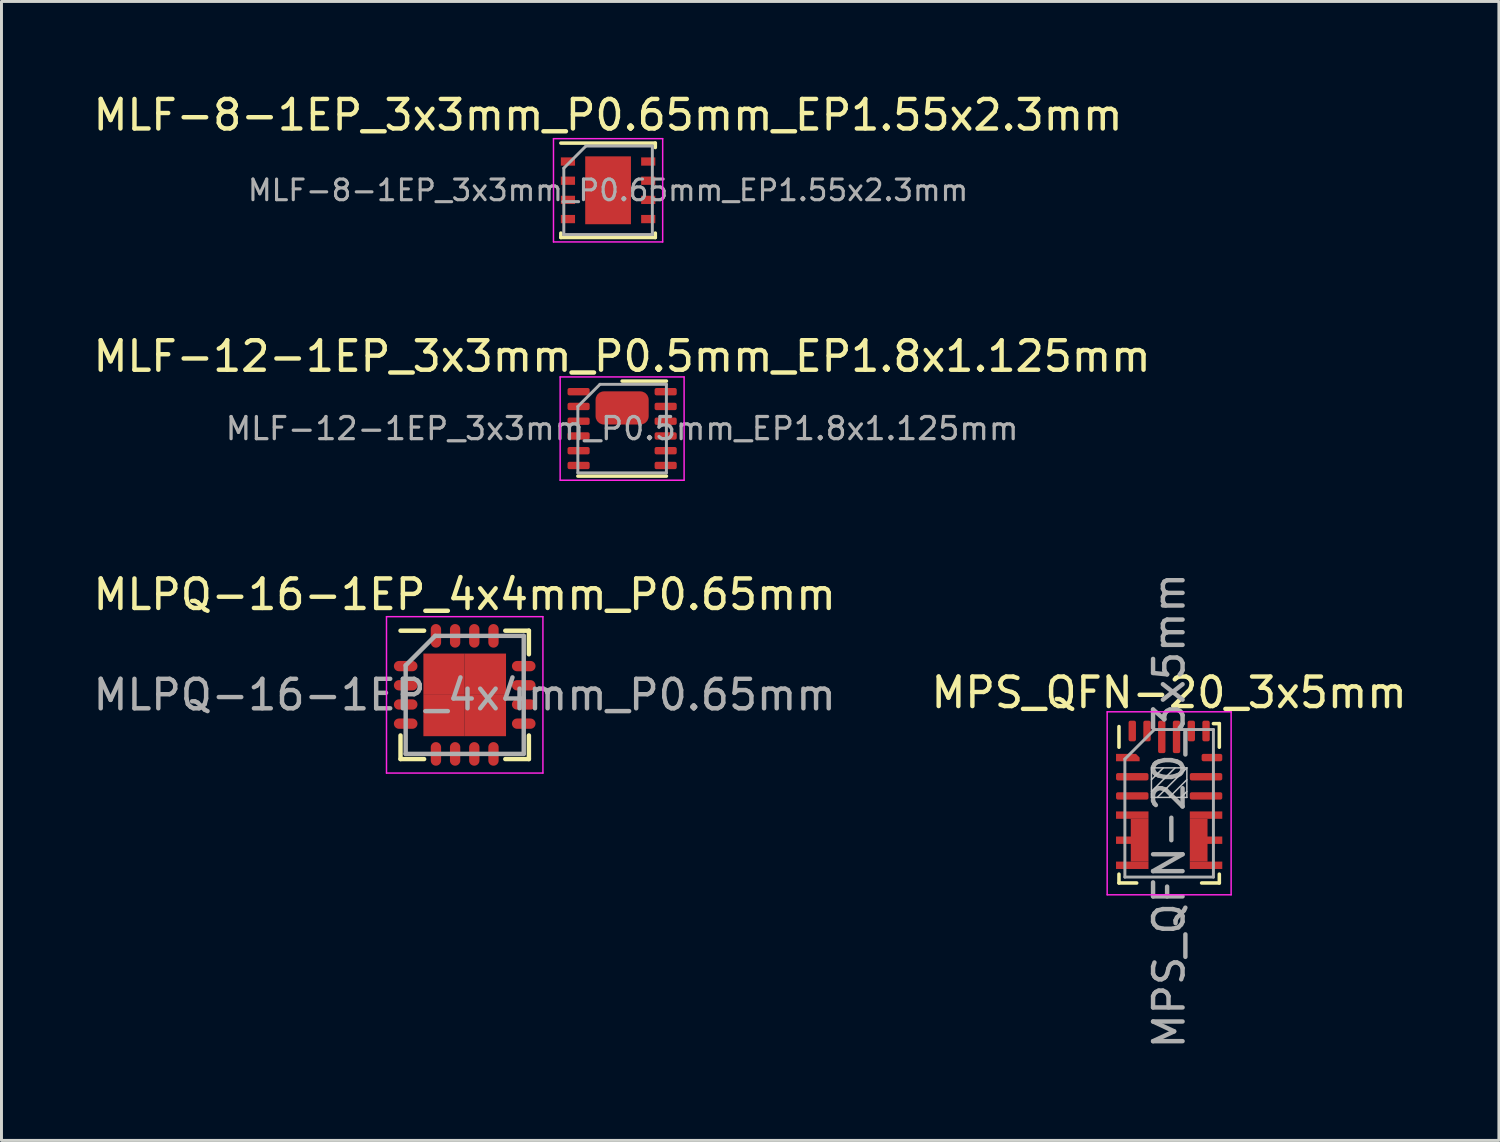
<source format=kicad_pcb>
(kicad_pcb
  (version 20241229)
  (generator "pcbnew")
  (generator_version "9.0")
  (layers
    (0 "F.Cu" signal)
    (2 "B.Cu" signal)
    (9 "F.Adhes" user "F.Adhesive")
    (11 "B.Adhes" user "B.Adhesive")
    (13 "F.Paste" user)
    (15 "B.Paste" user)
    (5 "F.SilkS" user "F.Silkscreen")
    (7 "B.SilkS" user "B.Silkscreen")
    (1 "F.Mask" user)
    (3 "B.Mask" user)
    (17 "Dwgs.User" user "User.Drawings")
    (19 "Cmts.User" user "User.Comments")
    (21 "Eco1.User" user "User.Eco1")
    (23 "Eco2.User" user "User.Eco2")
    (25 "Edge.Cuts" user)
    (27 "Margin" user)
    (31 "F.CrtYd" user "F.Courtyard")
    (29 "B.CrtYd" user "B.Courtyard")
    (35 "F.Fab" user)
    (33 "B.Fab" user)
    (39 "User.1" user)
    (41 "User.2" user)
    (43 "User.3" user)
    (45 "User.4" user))
  (footprint "MLPQ-16-1EP_4x4mm_P0.65mm"
    (layer "F.Cu")
    (at 12.696 20.495)
    (property "Reference" "MLPQ-16-1EP_4x4mm_P0.65mm" (at 0 -3.4 0) (layer "F.SilkS") (effects (font (size 1 1) (thickness 0.15))))
    (attr smd)
    (fp_line (start -2.175 -2.175) (end -1.375 -2.175) (stroke (width 0.15) (type solid)) (layer "F.SilkS"))
    (fp_line (start -2.175 2.175) (end -2.175 1.375) (stroke (width 0.15) (type solid)) (layer "F.SilkS"))
    (fp_line (start -2.175 2.175) (end -1.375 2.175) (stroke (width 0.15) (type solid)) (layer "F.SilkS"))
    (fp_line (start 2.175 -2.175) (end 1.375 -2.175) (stroke (width 0.15) (type solid)) (layer "F.SilkS"))
    (fp_line (start 2.175 -2.175) (end 2.175 -1.375) (stroke (width 0.15) (type solid)) (layer "F.SilkS"))
    (fp_line (start 2.175 2.175) (end 1.375 2.175) (stroke (width 0.15) (type solid)) (layer "F.SilkS"))
    (fp_line (start 2.175 2.175) (end 2.175 1.375) (stroke (width 0.15) (type solid)) (layer "F.SilkS"))
    (fp_line (start -2.65 -2.65) (end -2.65 2.65) (stroke (width 0.05) (type solid)) (layer "F.CrtYd"))
    (fp_line (start -2.65 -2.65) (end 2.65 -2.65) (stroke (width 0.05) (type solid)) (layer "F.CrtYd"))
    (fp_line (start -2.65 2.65) (end 2.65 2.65) (stroke (width 0.05) (type solid)) (layer "F.CrtYd"))
    (fp_line (start 2.65 -2.65) (end 2.65 2.65) (stroke (width 0.05) (type solid)) (layer "F.CrtYd"))
    (fp_line (start -2 -1) (end -1 -2) (stroke (width 0.15) (type solid)) (layer "F.Fab"))
    (fp_line (start -2 2) (end -2 -1) (stroke (width 0.15) (type solid)) (layer "F.Fab"))
    (fp_line (start -1 -2) (end 2 -2) (stroke (width 0.15) (type solid)) (layer "F.Fab"))
    (fp_line (start 2 -2) (end 2 2) (stroke (width 0.15) (type solid)) (layer "F.Fab"))
    (fp_line (start 2 2) (end -2 2) (stroke (width 0.15) (type solid)) (layer "F.Fab"))
    (fp_text user "${REFERENCE}" (at 0 0 0) (layer "F.Fab") (effects (font (size 1 1) (thickness 0.15))))
    (pad "1" smd oval (at -2 -0.975) (size 0.8 0.35) (layers "F.Cu" "F.Mask" "F.Paste"))
    (pad "2" smd oval (at -2 -0.325) (size 0.8 0.35) (layers "F.Cu" "F.Mask" "F.Paste"))
    (pad "3" smd oval (at -2 0.325) (size 0.8 0.35) (layers "F.Cu" "F.Mask" "F.Paste"))
    (pad "4" smd oval (at -2 0.975) (size 0.8 0.35) (layers "F.Cu" "F.Mask" "F.Paste"))
    (pad "5" smd oval (at -0.975 2 90) (size 0.8 0.35) (layers "F.Cu" "F.Mask" "F.Paste"))
    (pad "6" smd oval (at -0.325 2 90) (size 0.8 0.35) (layers "F.Cu" "F.Mask" "F.Paste"))
    (pad "7" smd oval (at 0.325 2 90) (size 0.8 0.35) (layers "F.Cu" "F.Mask" "F.Paste"))
    (pad "8" smd oval (at 0.975 2 90) (size 0.8 0.35) (layers "F.Cu" "F.Mask" "F.Paste"))
    (pad "9" smd oval (at 2 0.975) (size 0.8 0.35) (layers "F.Cu" "F.Mask" "F.Paste"))
    (pad "10" smd oval (at 2 0.325) (size 0.8 0.35) (layers "F.Cu" "F.Mask" "F.Paste"))
    (pad "11" smd oval (at 2 -0.325) (size 0.8 0.35) (layers "F.Cu" "F.Mask" "F.Paste"))
    (pad "12" smd oval (at 2 -0.975) (size 0.8 0.35) (layers "F.Cu" "F.Mask" "F.Paste"))
    (pad "13" smd oval (at 0.975 -2 90) (size 0.8 0.35) (layers "F.Cu" "F.Mask" "F.Paste"))
    (pad "14" smd oval (at 0.325 -2 90) (size 0.8 0.35) (layers "F.Cu" "F.Mask" "F.Paste"))
    (pad "15" smd oval (at -0.325 -2 90) (size 0.8 0.35) (layers "F.Cu" "F.Mask" "F.Paste"))
    (pad "16" smd oval (at -0.975 -2 90) (size 0.8 0.35) (layers "F.Cu" "F.Mask" "F.Paste"))
    (pad "17" smd rect (at -0.7 -0.7) (size 1.4 1.4) (layers "F.Cu" "F.Mask" "F.Paste"))
    (pad "17" smd rect (at -0.7 0.7) (size 1.4 1.4) (layers "F.Cu" "F.Mask" "F.Paste"))
    (pad "17" smd rect (at 0.7 -0.7) (size 1.4 1.4) (layers "F.Cu" "F.Mask" "F.Paste"))
    (pad "17" smd rect (at 0.7 0.7) (size 1.4 1.4) (layers "F.Cu" "F.Mask" "F.Paste")))
  (footprint "MLF-12-1EP_3x3mm_P0.5mm_EP1.8x1.125mm"
    (layer "F.Cu")
    (at 18.03 11.472)
    (property "Reference" "MLF-12-1EP_3x3mm_P0.5mm_EP1.8x1.125mm" (at 0 -2.45 0) (layer "F.SilkS") (effects (font (size 1 1) (thickness 0.15))))
    (attr smd)
    (fp_line (start -1.5 1.61) (end 1.5 1.61) (stroke (width 0.12) (type solid)) (layer "F.SilkS"))
    (fp_line (start 0 -1.61) (end 1.5 -1.61) (stroke (width 0.12) (type solid)) (layer "F.SilkS"))
    (fp_line (start -2.1 -1.75) (end -2.1 1.75) (stroke (width 0.05) (type solid)) (layer "F.CrtYd"))
    (fp_line (start -2.1 1.75) (end 2.1 1.75) (stroke (width 0.05) (type solid)) (layer "F.CrtYd"))
    (fp_line (start 2.1 -1.75) (end -2.1 -1.75) (stroke (width 0.05) (type solid)) (layer "F.CrtYd"))
    (fp_line (start 2.1 1.75) (end 2.1 -1.75) (stroke (width 0.05) (type solid)) (layer "F.CrtYd"))
    (fp_line (start -1.5 -0.75) (end -0.75 -1.5) (stroke (width 0.1) (type solid)) (layer "F.Fab"))
    (fp_line (start -1.5 1.5) (end -1.5 -0.75) (stroke (width 0.1) (type solid)) (layer "F.Fab"))
    (fp_line (start -0.75 -1.5) (end 1.5 -1.5) (stroke (width 0.1) (type solid)) (layer "F.Fab"))
    (fp_line (start 1.5 -1.5) (end 1.5 1.5) (stroke (width 0.1) (type solid)) (layer "F.Fab"))
    (fp_line (start 1.5 1.5) (end -1.5 1.5) (stroke (width 0.1) (type solid)) (layer "F.Fab"))
    (fp_text user "${REFERENCE}" (at 0 0 0) (layer "F.Fab") (effects (font (size 0.75 0.75) (thickness 0.11))))
    (pad "" smd roundrect (at 0 -0.28) (size 1.45 0.45) (layers "F.Paste") (roundrect_rratio 0.25))
    (pad "" smd roundrect (at 0 0.28) (size 1.45 0.45) (layers "F.Paste") (roundrect_rratio 0.25))
    (pad "1" smd roundrect (at -1.475 -1.25) (size 0.75 0.25) (layers "F.Cu" "F.Mask" "F.Paste") (roundrect_rratio 0.25))
    (pad "2" smd roundrect (at -1.475 -0.75) (size 0.75 0.25) (layers "F.Cu" "F.Mask" "F.Paste") (roundrect_rratio 0.25))
    (pad "3" smd roundrect (at -1.475 -0.25) (size 0.75 0.25) (layers "F.Cu" "F.Mask" "F.Paste") (roundrect_rratio 0.25))
    (pad "4" smd roundrect (at -1.475 0.25) (size 0.75 0.25) (layers "F.Cu" "F.Mask" "F.Paste") (roundrect_rratio 0.25))
    (pad "5" smd roundrect (at -1.475 0.75) (size 0.75 0.25) (layers "F.Cu" "F.Mask" "F.Paste") (roundrect_rratio 0.25))
    (pad "6" smd roundrect (at -1.475 1.25) (size 0.75 0.25) (layers "F.Cu" "F.Mask" "F.Paste") (roundrect_rratio 0.25))
    (pad "7" smd roundrect (at 1.475 1.25) (size 0.75 0.25) (layers "F.Cu" "F.Mask" "F.Paste") (roundrect_rratio 0.25))
    (pad "8" smd roundrect (at 1.475 0.75) (size 0.75 0.25) (layers "F.Cu" "F.Mask" "F.Paste") (roundrect_rratio 0.25))
    (pad "9" smd roundrect (at 1.475 0.25) (size 0.75 0.25) (layers "F.Cu" "F.Mask" "F.Paste") (roundrect_rratio 0.25))
    (pad "10" smd roundrect (at 1.475 -0.25) (size 0.75 0.25) (layers "F.Cu" "F.Mask" "F.Paste") (roundrect_rratio 0.25))
    (pad "11" smd roundrect (at 1.475 -0.75) (size 0.75 0.25) (layers "F.Cu" "F.Mask" "F.Paste") (roundrect_rratio 0.25))
    (pad "12" smd roundrect (at 1.475 -1.25) (size 0.75 0.25) (layers "F.Cu" "F.Mask" "F.Paste") (roundrect_rratio 0.25))
    (pad "13" smd roundrect (at 0 -0.699) (size 1.8 1.125) (layers "F.Cu" "F.Mask" "F.Paste") (roundrect_rratio 0.25)))
  (footprint "MPS_QFN-20_3x5mm"
    (layer "F.Cu")
    (at 36.565 24.169)
    (property "Reference" "MPS_QFN-20_3x5mm" (at 0 -3.75 0) (layer "F.SilkS") (effects (font (size 1 1) (thickness 0.15))))
    (attr smd)
    (fp_line (start -1.7 -1.9) (end -1.7 -2.6) (stroke (width 0.12) (type solid)) (layer "F.SilkS"))
    (fp_line (start -1.7 2.7) (end -1.7 2.4) (stroke (width 0.12) (type solid)) (layer "F.SilkS"))
    (fp_line (start -1.1 2.7) (end -1.7 2.7) (stroke (width 0.12) (type solid)) (layer "F.SilkS"))
    (fp_line (start 1.5 -2.7) (end 1.7 -2.7) (stroke (width 0.12) (type solid)) (layer "F.SilkS"))
    (fp_line (start 1.7 -2.7) (end 1.7 -1.9) (stroke (width 0.12) (type solid)) (layer "F.SilkS"))
    (fp_line (start 1.7 2.4) (end 1.7 2.7) (stroke (width 0.12) (type solid)) (layer "F.SilkS"))
    (fp_line (start 1.7 2.7) (end 1.1 2.7) (stroke (width 0.12) (type solid)) (layer "F.SilkS"))
    (fp_line (start -0.6 -1.2) (end -0.6 -0.2) (stroke (width 0.05) (type solid)) (layer "Dwgs.User"))
    (fp_line (start -0.6 -0.8) (end -0.2 -1.2) (stroke (width 0.05) (type solid)) (layer "Dwgs.User"))
    (fp_line (start -0.6 -0.4) (end 0.2 -1.2) (stroke (width 0.05) (type solid)) (layer "Dwgs.User"))
    (fp_line (start -0.6 -0.2) (end 0.6 -0.2) (stroke (width 0.05) (type solid)) (layer "Dwgs.User"))
    (fp_line (start -0.4 -0.2) (end 0.6 -1.2) (stroke (width 0.05) (type solid)) (layer "Dwgs.User"))
    (fp_line (start 0 -0.2) (end 0.6 -0.8) (stroke (width 0.05) (type solid)) (layer "Dwgs.User"))
    (fp_line (start 0.4 -0.2) (end 0.6 -0.4) (stroke (width 0.05) (type solid)) (layer "Dwgs.User"))
    (fp_line (start 0.6 -1.2) (end -0.6 -1.2) (stroke (width 0.05) (type solid)) (layer "Dwgs.User"))
    (fp_line (start 0.6 -0.2) (end 0.6 -1.2) (stroke (width 0.05) (type solid)) (layer "Dwgs.User"))
    (fp_line (start -2.1 -3.1) (end 2.1 -3.1) (stroke (width 0.05) (type solid)) (layer "F.CrtYd"))
    (fp_line (start -2.1 3.1) (end -2.1 -3.1) (stroke (width 0.05) (type solid)) (layer "F.CrtYd"))
    (fp_line (start 2.1 -3.1) (end 2.1 3.1) (stroke (width 0.05) (type solid)) (layer "F.CrtYd"))
    (fp_line (start 2.1 3.1) (end -2.1 3.1) (stroke (width 0.05) (type solid)) (layer "F.CrtYd"))
    (fp_line (start -1.5 -1.5) (end -1.5 2.5) (stroke (width 0.1) (type solid)) (layer "F.Fab"))
    (fp_line (start -1.5 -1.5) (end -0.5 -2.5) (stroke (width 0.1) (type solid)) (layer "F.Fab"))
    (fp_line (start -1.5 2.5) (end 1.5 2.5) (stroke (width 0.1) (type solid)) (layer "F.Fab"))
    (fp_line (start 1.5 -2.5) (end -0.5 -2.5) (stroke (width 0.1) (type solid)) (layer "F.Fab"))
    (fp_line (start 1.5 2.5) (end 1.5 -2.5) (stroke (width 0.1) (type solid)) (layer "F.Fab"))
    (fp_text user "${REFERENCE}" (at 0 0.25 90) (layer "F.Fab") (effects (font (size 1 1) (thickness 0.15))))
    (pad "1" smd custom (at -1.4 -1.55) (size 0.55 0.25) (layers "F.Cu" "F.Mask" "F.Paste") (options (anchor rect)) (primitives (gr_poly (pts (xy -0.4 -0.125) (xy -0.4 0.125) (xy 0.4 0.125) (xy 0.4 0) (xy 0.275 -0.125)) (width 0) (fill yes))))
    (pad "2" smd roundrect (at -1.25 -0.9) (size 1.1 0.25) (layers "F.Cu" "F.Mask" "F.Paste") (roundrect_rratio 0.25))
    (pad "3" smd roundrect (at -1.25 -0.25) (size 1.1 0.25) (layers "F.Cu" "F.Mask" "F.Paste") (roundrect_rratio 0.25))
    (pad "4" smd rect (at -1.25 0.4) (size 1.1 0.25) (layers "F.Cu" "F.Mask" "F.Paste"))
    (pad "5" smd custom (at -1.25 1.25) (size 1.1 0.25) (layers "F.Cu" "F.Mask" "F.Paste") (options (anchor rect)) (primitives (gr_poly (pts (xy 0.55 0.725) (xy -0.05 0.725) (xy -0.05 0.125) (xy -0.55 0.125) (xy -0.55 -0.125) (xy -0.05 -0.125) (xy -0.05 -0.725) (xy 0.55 -0.725)) (width 0) (fill yes))))
    (pad "6" smd rect (at -1.25 2.1) (size 1.1 0.25) (layers "F.Cu" "F.Mask" "F.Paste"))
    (pad "7" smd rect (at 1.25 2.1) (size 1.1 0.25) (layers "F.Cu" "F.Mask" "F.Paste"))
    (pad "8" smd custom (at 1.25 1.25 180) (size 1.1 0.25) (layers "F.Cu" "F.Mask" "F.Paste") (options (anchor rect)) (primitives (gr_poly (pts (xy 0.55 0.725) (xy -0.05 0.725) (xy -0.05 0.125) (xy -0.55 0.125) (xy -0.55 -0.125) (xy -0.05 -0.125) (xy -0.05 -0.725) (xy 0.55 -0.725)) (width 0) (fill yes))))
    (pad "9" smd rect (at 1.25 0.4) (size 1.1 0.25) (layers "F.Cu" "F.Mask" "F.Paste"))
    (pad "10" smd roundrect (at 1.25 -0.25) (size 1.1 0.25) (layers "F.Cu" "F.Mask" "F.Paste") (roundrect_rratio 0.25))
    (pad "11" smd roundrect (at 1.25 -0.9) (size 1.1 0.25) (layers "F.Cu" "F.Mask" "F.Paste") (roundrect_rratio 0.25))
    (pad "12" smd roundrect (at 1.45 -1.55) (size 0.7 0.25) (layers "F.Cu" "F.Mask" "F.Paste") (roundrect_rratio 0.25))
    (pad "13" smd roundrect (at 1.25 -2.45) (size 0.25 0.7) (layers "F.Cu" "F.Mask" "F.Paste") (roundrect_rratio 0.25))
    (pad "14" smd roundrect (at 0.75 -2.45) (size 0.25 0.7) (layers "F.Cu" "F.Mask" "F.Paste") (roundrect_rratio 0.25))
    (pad "15" smd roundrect (at 0.25 -2.25) (size 0.25 1.1) (layers "F.Cu" "F.Mask" "F.Paste") (roundrect_rratio 0.25))
    (pad "16" smd roundrect (at -0.25 -2.25) (size 0.25 1.1) (layers "F.Cu" "F.Mask" "F.Paste") (roundrect_rratio 0.25))
    (pad "17" smd roundrect (at -0.75 -2.45) (size 0.25 0.7) (layers "F.Cu" "F.Mask" "F.Paste") (roundrect_rratio 0.25))
    (pad "18" smd roundrect (at -1.25 -2.45) (size 0.25 0.7) (layers "F.Cu" "F.Mask" "F.Paste") (roundrect_rratio 0.25)))
  (footprint "MLF-8-1EP_3x3mm_P0.65mm_EP1.55x2.3mm"
    (layer "F.Cu")
    (at 17.554 3.398)
    (property "Reference" "MLF-8-1EP_3x3mm_P0.65mm_EP1.55x2.3mm" (at 0 -2.55 0) (layer "F.SilkS") (effects (font (size 1 1) (thickness 0.15))))
    (attr smd)
    (fp_line (start -1.6 -1.6) (end 1.6 -1.6) (stroke (width 0.12) (type solid)) (layer "F.SilkS"))
    (fp_line (start -1.6 1.6) (end -1.6 1.45) (stroke (width 0.12) (type solid)) (layer "F.SilkS"))
    (fp_line (start -1.6 1.6) (end 1.6 1.6) (stroke (width 0.12) (type solid)) (layer "F.SilkS"))
    (fp_line (start 1.6 -1.6) (end 1.6 -1.45) (stroke (width 0.12) (type solid)) (layer "F.SilkS"))
    (fp_line (start 1.6 1.6) (end 1.6 1.45) (stroke (width 0.12) (type solid)) (layer "F.SilkS"))
    (fp_line (start -1.85 -1.75) (end -1.85 1.75) (stroke (width 0.05) (type solid)) (layer "F.CrtYd"))
    (fp_line (start -1.85 -1.75) (end 1.85 -1.75) (stroke (width 0.05) (type solid)) (layer "F.CrtYd"))
    (fp_line (start -1.85 1.75) (end 1.85 1.75) (stroke (width 0.05) (type solid)) (layer "F.CrtYd"))
    (fp_line (start 1.85 -1.75) (end 1.85 1.75) (stroke (width 0.05) (type solid)) (layer "F.CrtYd"))
    (fp_line (start -1.5 -0.75) (end -0.75 -1.5) (stroke (width 0.1) (type solid)) (layer "F.Fab"))
    (fp_line (start -1.5 1.5) (end -1.5 -0.75) (stroke (width 0.1) (type solid)) (layer "F.Fab"))
    (fp_line (start -0.75 -1.5) (end 1.5 -1.5) (stroke (width 0.1) (type solid)) (layer "F.Fab"))
    (fp_line (start 1.5 -1.5) (end 1.5 1.5) (stroke (width 0.1) (type solid)) (layer "F.Fab"))
    (fp_line (start 1.5 1.5) (end -1.5 1.5) (stroke (width 0.1) (type solid)) (layer "F.Fab"))
    (fp_text user "${REFERENCE}" (at 0 0 0) (layer "F.Fab") (effects (font (size 0.7 0.7) (thickness 0.105))))
    (pad "" smd rect (at 0 -0.9) (size 1.5 0.4) (layers "F.Paste"))
    (pad "" smd rect (at 0 0) (size 1.5 0.4) (layers "F.Paste"))
    (pad "" smd rect (at 0 0.9) (size 1.5 0.4) (layers "F.Paste"))
    (pad "1" smd rect (at -1.36 -0.975) (size 0.48 0.28) (layers "F.Cu" "F.Mask" "F.Paste"))
    (pad "2" smd rect (at -1.36 -0.325) (size 0.48 0.28) (layers "F.Cu" "F.Mask" "F.Paste"))
    (pad "3" smd rect (at -1.36 0.325) (size 0.48 0.28) (layers "F.Cu" "F.Mask" "F.Paste"))
    (pad "4" smd rect (at -1.36 0.975) (size 0.48 0.28) (layers "F.Cu" "F.Mask" "F.Paste"))
    (pad "5" smd rect (at 1.36 0.975) (size 0.48 0.28) (layers "F.Cu" "F.Mask" "F.Paste"))
    (pad "6" smd rect (at 1.36 0.325) (size 0.48 0.28) (layers "F.Cu" "F.Mask" "F.Paste"))
    (pad "7" smd rect (at 1.36 -0.325) (size 0.48 0.28) (layers "F.Cu" "F.Mask" "F.Paste"))
    (pad "8" smd rect (at 1.36 -0.975) (size 0.48 0.28) (layers "F.Cu" "F.Mask" "F.Paste"))
    (pad "9" smd rect (at 0 0) (size 1.55 2.3) (layers "F.Cu" "F.Mask")))
  (gr_rect
    (start -3 -3)
    (end 47.738 35.592)
    (stroke (width 0.1) (type default))
    (fill no)
    (layer "Edge.Cuts")))
</source>
